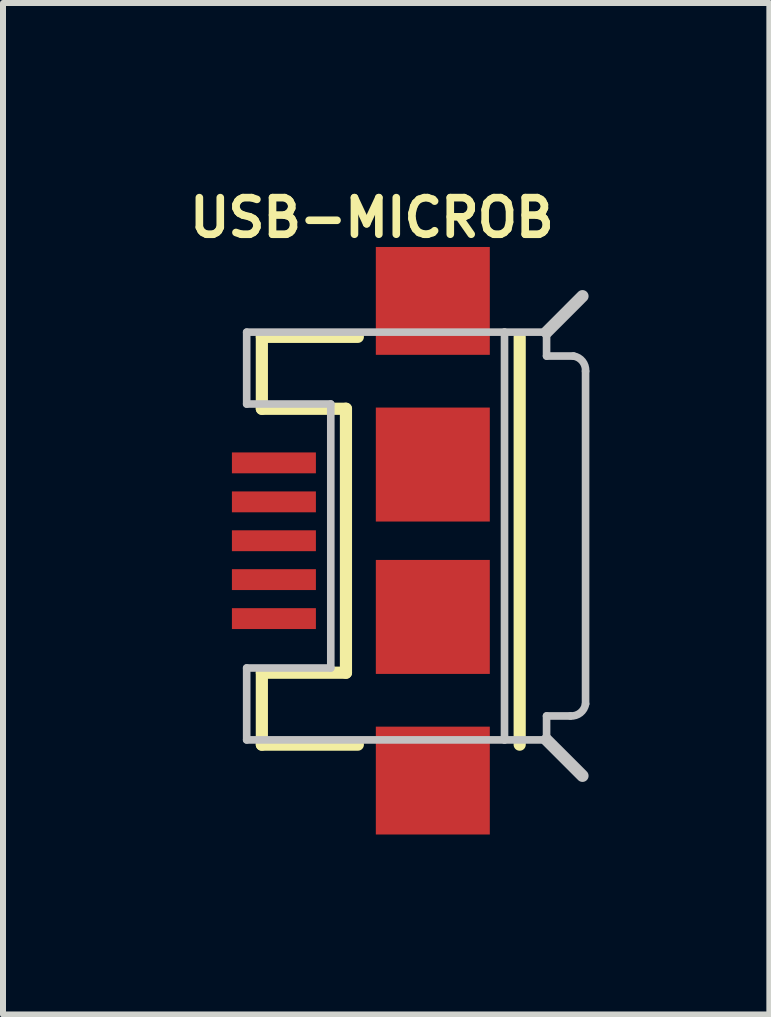
<source format=kicad_pcb>
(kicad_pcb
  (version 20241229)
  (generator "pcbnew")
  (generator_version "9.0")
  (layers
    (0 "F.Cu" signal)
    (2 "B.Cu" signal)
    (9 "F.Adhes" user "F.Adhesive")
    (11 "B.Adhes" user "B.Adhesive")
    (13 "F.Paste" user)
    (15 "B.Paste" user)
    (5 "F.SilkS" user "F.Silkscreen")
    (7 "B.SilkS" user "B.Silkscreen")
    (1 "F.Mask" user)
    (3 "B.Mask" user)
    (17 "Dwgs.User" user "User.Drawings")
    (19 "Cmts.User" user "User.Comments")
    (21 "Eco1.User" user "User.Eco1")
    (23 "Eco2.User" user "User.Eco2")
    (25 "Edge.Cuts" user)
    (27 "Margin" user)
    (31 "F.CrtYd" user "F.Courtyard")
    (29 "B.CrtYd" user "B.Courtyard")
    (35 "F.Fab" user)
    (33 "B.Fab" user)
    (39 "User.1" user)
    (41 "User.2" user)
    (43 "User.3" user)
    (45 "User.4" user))
  (footprint "USB-MICROB"
    (layer "F.Cu")
    (at 4.165 5.964)
    (property "Reference" "USB-MICROB" (at -1.016 -5.385 0) (layer "F.SilkS") (effects (font (size 0.61 0.61) (thickness 0.127))))
    (attr smd)
    (fp_line (start -2.85 -3.399) (end -2.85 -2.2) (stroke (width 0.203) (type solid)) (layer "F.SilkS"))
    (fp_line (start -2.85 2.2) (end -1.448 2.2) (stroke (width 0.203) (type solid)) (layer "F.SilkS"))
    (fp_line (start -2.85 3.399) (end -2.85 2.2) (stroke (width 0.203) (type solid)) (layer "F.SilkS"))
    (fp_line (start -1.448 -2.2) (end -2.85 -2.2) (stroke (width 0.203) (type solid)) (layer "F.SilkS"))
    (fp_line (start -1.448 2.2) (end -1.448 -2.2) (stroke (width 0.203) (type solid)) (layer "F.SilkS"))
    (fp_line (start -1.25 -3.399) (end -2.85 -3.399) (stroke (width 0.203) (type solid)) (layer "F.SilkS"))
    (fp_line (start -1.25 3.399) (end -2.85 3.399) (stroke (width 0.203) (type solid)) (layer "F.SilkS"))
    (fp_line (start 1.448 3.399) (end 1.448 -3.399) (stroke (width 0.203) (type solid)) (layer "F.SilkS"))
    (fp_line (start -3.103 -3.477) (end -3.103 -2.279) (stroke (width 0.127) (type solid)) (layer "Dwgs.User"))
    (fp_line (start -3.103 -3.477) (end 1.195 -3.477) (stroke (width 0.127) (type solid)) (layer "Dwgs.User"))
    (fp_line (start -3.103 3.32) (end -3.103 2.121) (stroke (width 0.127) (type solid)) (layer "Dwgs.User"))
    (fp_line (start -1.701 -2.279) (end -3.103 -2.279) (stroke (width 0.127) (type solid)) (layer "Dwgs.User"))
    (fp_line (start -1.701 2.121) (end -3.103 2.121) (stroke (width 0.127) (type solid)) (layer "Dwgs.User"))
    (fp_line (start -1.701 2.121) (end -1.701 -2.279) (stroke (width 0.127) (type solid)) (layer "Dwgs.User"))
    (fp_line (start 1.195 -3.477) (end 1.896 -3.477) (stroke (width 0.127) (type solid)) (layer "Dwgs.User"))
    (fp_line (start 1.195 3.32) (end -3.103 3.32) (stroke (width 0.127) (type solid)) (layer "Dwgs.User"))
    (fp_line (start 1.195 3.32) (end 1.195 -3.477) (stroke (width 0.127) (type solid)) (layer "Dwgs.User"))
    (fp_line (start 1.896 -3.477) (end 2.495 -4.077) (stroke (width 0.203) (type solid)) (layer "Dwgs.User"))
    (fp_line (start 1.896 -3.079) (end 1.896 -3.477) (stroke (width 0.127) (type solid)) (layer "Dwgs.User"))
    (fp_line (start 1.896 2.921) (end 2.295 2.921) (stroke (width 0.127) (type solid)) (layer "Dwgs.User"))
    (fp_line (start 1.896 3.32) (end 1.195 3.32) (stroke (width 0.127) (type solid)) (layer "Dwgs.User"))
    (fp_line (start 1.896 3.32) (end 1.896 2.921) (stroke (width 0.127) (type solid)) (layer "Dwgs.User"))
    (fp_line (start 1.896 3.32) (end 2.495 3.919) (stroke (width 0.203) (type solid)) (layer "Dwgs.User"))
    (fp_line (start 2.346 -3.079) (end 1.896 -3.079) (stroke (width 0.127) (type solid)) (layer "Dwgs.User"))
    (fp_line (start 2.546 2.72) (end 2.546 -2.827) (stroke (width 0.127) (type solid)) (layer "Dwgs.User"))
    (fp_arc (start 2.345568 -3.078676) (mid 2.494497 -2.991693) (end 2.546252 -2.827172) (stroke (width 0.127) (type solid)) (layer "Dwgs.User"))
    (fp_arc (start 2.546228 2.720144) (mid 2.459245 2.869073) (end 2.294724 2.920828) (stroke (width 0.127) (type solid)) (layer "Dwgs.User"))
    (pad "D+" smd rect (at -2.649 0 180) (size 1.4 0.348) (layers "F.Cu" "F.Mask" "F.Paste"))
    (pad "D-" smd rect (at -2.649 0.648 180) (size 1.4 0.348) (layers "F.Cu" "F.Mask" "F.Paste"))
    (pad "GND" smd rect (at -2.649 -1.298 180) (size 1.4 0.348) (layers "F.Cu" "F.Mask" "F.Paste"))
    (pad "ID" smd rect (at -2.649 -0.648 180) (size 1.4 0.348) (layers "F.Cu" "F.Mask" "F.Paste"))
    (pad "MT1" smd rect (at 0 3.998 90) (size 1.798 1.9) (layers "F.Cu" "F.Mask" "F.Paste"))
    (pad "MT2" smd rect (at 0 -3.998 90) (size 1.798 1.9) (layers "F.Cu" "F.Mask" "F.Paste"))
    (pad "P$1" smd rect (at 0 1.27 90) (size 1.9 1.9) (layers "F.Cu" "F.Mask" "F.Paste"))
    (pad "P$2" smd rect (at 0 -1.27 90) (size 1.9 1.9) (layers "F.Cu" "F.Mask" "F.Paste"))
    (pad "VBUS" smd rect (at -2.649 1.298 180) (size 1.4 0.348) (layers "F.Cu" "F.Mask" "F.Paste")))
  (gr_rect
    (start -3 -3)
    (end 9.775 13.861)
    (stroke (width 0.1) (type default))
    (fill no)
    (layer "Edge.Cuts")))
</source>
